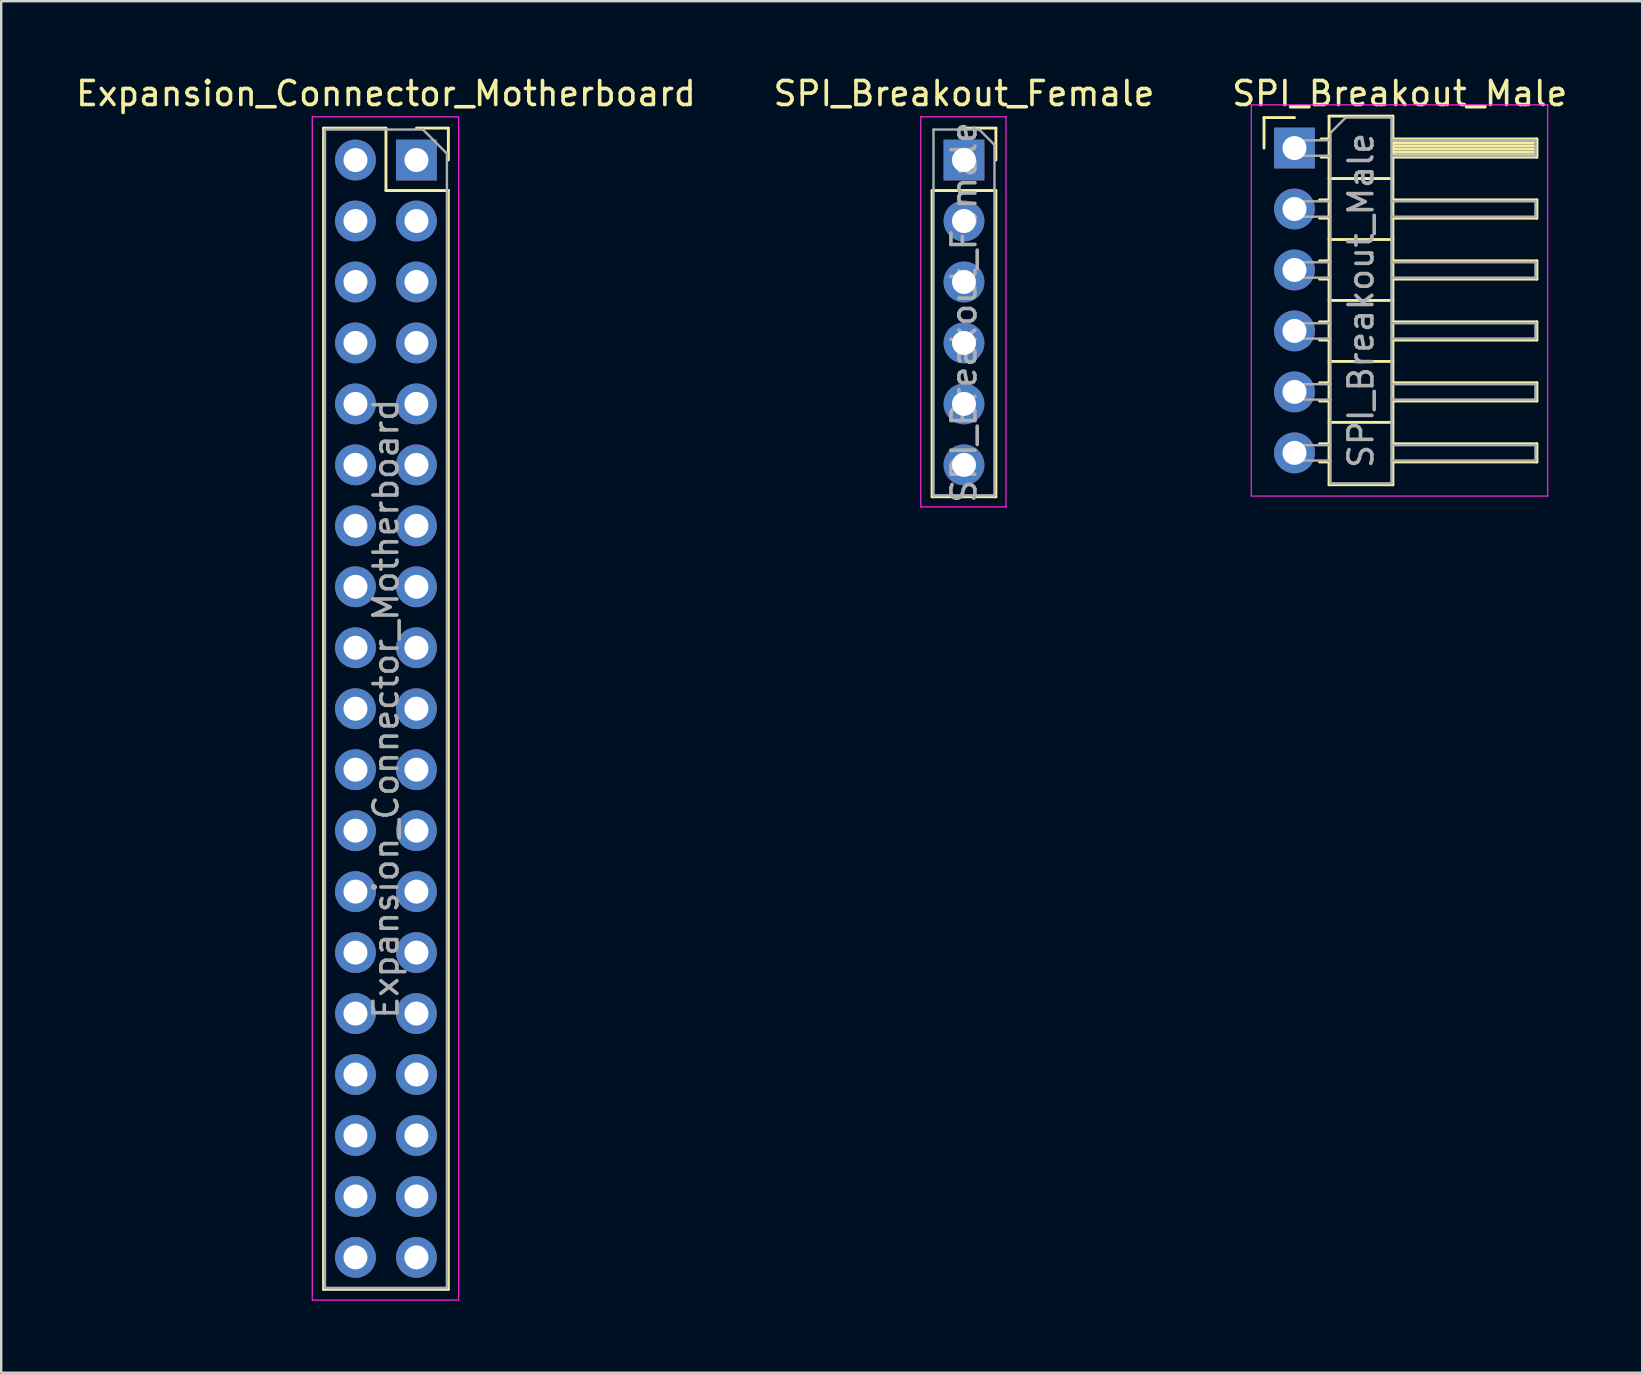
<source format=kicad_pcb>
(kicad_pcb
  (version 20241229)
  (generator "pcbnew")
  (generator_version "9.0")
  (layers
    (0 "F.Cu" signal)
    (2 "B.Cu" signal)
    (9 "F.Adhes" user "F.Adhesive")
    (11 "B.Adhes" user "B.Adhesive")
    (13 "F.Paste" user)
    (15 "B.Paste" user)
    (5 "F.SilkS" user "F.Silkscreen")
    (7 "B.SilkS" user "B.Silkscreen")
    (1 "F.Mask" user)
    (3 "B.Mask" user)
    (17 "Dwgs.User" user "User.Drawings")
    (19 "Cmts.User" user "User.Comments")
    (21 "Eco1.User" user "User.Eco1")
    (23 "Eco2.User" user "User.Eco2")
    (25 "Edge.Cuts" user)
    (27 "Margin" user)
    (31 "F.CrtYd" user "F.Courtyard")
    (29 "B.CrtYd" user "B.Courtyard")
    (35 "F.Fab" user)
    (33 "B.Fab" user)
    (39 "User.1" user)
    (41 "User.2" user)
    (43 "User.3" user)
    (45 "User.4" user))
  (footprint "SPI_Breakout_Male"
    (layer "F.Cu")
    (at 50.883 3.118)
    (property "Reference" "SPI_Breakout_Male" (at 4.385 -2.27 0) (layer "F.SilkS") (effects (font (size 1 1) (thickness 0.15))))
    (attr through_hole)
    (fp_line (start -1.27 -1.27) (end 0 -1.27) (stroke (width 0.12) (type solid)) (layer "F.SilkS"))
    (fp_line (start -1.27 0) (end -1.27 -1.27) (stroke (width 0.12) (type solid)) (layer "F.SilkS"))
    (fp_line (start 1.043 2.16) (end 1.44 2.16) (stroke (width 0.12) (type solid)) (layer "F.SilkS"))
    (fp_line (start 1.043 2.92) (end 1.44 2.92) (stroke (width 0.12) (type solid)) (layer "F.SilkS"))
    (fp_line (start 1.043 4.7) (end 1.44 4.7) (stroke (width 0.12) (type solid)) (layer "F.SilkS"))
    (fp_line (start 1.043 5.46) (end 1.44 5.46) (stroke (width 0.12) (type solid)) (layer "F.SilkS"))
    (fp_line (start 1.043 7.24) (end 1.44 7.24) (stroke (width 0.12) (type solid)) (layer "F.SilkS"))
    (fp_line (start 1.043 8) (end 1.44 8) (stroke (width 0.12) (type solid)) (layer "F.SilkS"))
    (fp_line (start 1.043 9.78) (end 1.44 9.78) (stroke (width 0.12) (type solid)) (layer "F.SilkS"))
    (fp_line (start 1.043 10.54) (end 1.44 10.54) (stroke (width 0.12) (type solid)) (layer "F.SilkS"))
    (fp_line (start 1.043 12.32) (end 1.44 12.32) (stroke (width 0.12) (type solid)) (layer "F.SilkS"))
    (fp_line (start 1.043 13.08) (end 1.44 13.08) (stroke (width 0.12) (type solid)) (layer "F.SilkS"))
    (fp_line (start 1.11 -0.38) (end 1.44 -0.38) (stroke (width 0.12) (type solid)) (layer "F.SilkS"))
    (fp_line (start 1.11 0.38) (end 1.44 0.38) (stroke (width 0.12) (type solid)) (layer "F.SilkS"))
    (fp_line (start 1.44 -1.33) (end 1.44 14.03) (stroke (width 0.12) (type solid)) (layer "F.SilkS"))
    (fp_line (start 1.44 1.27) (end 4.1 1.27) (stroke (width 0.12) (type solid)) (layer "F.SilkS"))
    (fp_line (start 1.44 3.81) (end 4.1 3.81) (stroke (width 0.12) (type solid)) (layer "F.SilkS"))
    (fp_line (start 1.44 6.35) (end 4.1 6.35) (stroke (width 0.12) (type solid)) (layer "F.SilkS"))
    (fp_line (start 1.44 8.89) (end 4.1 8.89) (stroke (width 0.12) (type solid)) (layer "F.SilkS"))
    (fp_line (start 1.44 11.43) (end 4.1 11.43) (stroke (width 0.12) (type solid)) (layer "F.SilkS"))
    (fp_line (start 1.44 14.03) (end 4.1 14.03) (stroke (width 0.12) (type solid)) (layer "F.SilkS"))
    (fp_line (start 4.1 -1.33) (end 1.44 -1.33) (stroke (width 0.12) (type solid)) (layer "F.SilkS"))
    (fp_line (start 4.1 -0.38) (end 10.1 -0.38) (stroke (width 0.12) (type solid)) (layer "F.SilkS"))
    (fp_line (start 4.1 -0.32) (end 10.1 -0.32) (stroke (width 0.12) (type solid)) (layer "F.SilkS"))
    (fp_line (start 4.1 -0.2) (end 10.1 -0.2) (stroke (width 0.12) (type solid)) (layer "F.SilkS"))
    (fp_line (start 4.1 -0.08) (end 10.1 -0.08) (stroke (width 0.12) (type solid)) (layer "F.SilkS"))
    (fp_line (start 4.1 0.04) (end 10.1 0.04) (stroke (width 0.12) (type solid)) (layer "F.SilkS"))
    (fp_line (start 4.1 0.16) (end 10.1 0.16) (stroke (width 0.12) (type solid)) (layer "F.SilkS"))
    (fp_line (start 4.1 0.28) (end 10.1 0.28) (stroke (width 0.12) (type solid)) (layer "F.SilkS"))
    (fp_line (start 4.1 2.16) (end 10.1 2.16) (stroke (width 0.12) (type solid)) (layer "F.SilkS"))
    (fp_line (start 4.1 4.7) (end 10.1 4.7) (stroke (width 0.12) (type solid)) (layer "F.SilkS"))
    (fp_line (start 4.1 7.24) (end 10.1 7.24) (stroke (width 0.12) (type solid)) (layer "F.SilkS"))
    (fp_line (start 4.1 9.78) (end 10.1 9.78) (stroke (width 0.12) (type solid)) (layer "F.SilkS"))
    (fp_line (start 4.1 12.32) (end 10.1 12.32) (stroke (width 0.12) (type solid)) (layer "F.SilkS"))
    (fp_line (start 4.1 14.03) (end 4.1 -1.33) (stroke (width 0.12) (type solid)) (layer "F.SilkS"))
    (fp_line (start 10.1 -0.38) (end 10.1 0.38) (stroke (width 0.12) (type solid)) (layer "F.SilkS"))
    (fp_line (start 10.1 0.38) (end 4.1 0.38) (stroke (width 0.12) (type solid)) (layer "F.SilkS"))
    (fp_line (start 10.1 2.16) (end 10.1 2.92) (stroke (width 0.12) (type solid)) (layer "F.SilkS"))
    (fp_line (start 10.1 2.92) (end 4.1 2.92) (stroke (width 0.12) (type solid)) (layer "F.SilkS"))
    (fp_line (start 10.1 4.7) (end 10.1 5.46) (stroke (width 0.12) (type solid)) (layer "F.SilkS"))
    (fp_line (start 10.1 5.46) (end 4.1 5.46) (stroke (width 0.12) (type solid)) (layer "F.SilkS"))
    (fp_line (start 10.1 7.24) (end 10.1 8) (stroke (width 0.12) (type solid)) (layer "F.SilkS"))
    (fp_line (start 10.1 8) (end 4.1 8) (stroke (width 0.12) (type solid)) (layer "F.SilkS"))
    (fp_line (start 10.1 9.78) (end 10.1 10.54) (stroke (width 0.12) (type solid)) (layer "F.SilkS"))
    (fp_line (start 10.1 10.54) (end 4.1 10.54) (stroke (width 0.12) (type solid)) (layer "F.SilkS"))
    (fp_line (start 10.1 12.32) (end 10.1 13.08) (stroke (width 0.12) (type solid)) (layer "F.SilkS"))
    (fp_line (start 10.1 13.08) (end 4.1 13.08) (stroke (width 0.12) (type solid)) (layer "F.SilkS"))
    (fp_line (start -1.8 -1.8) (end -1.8 14.5) (stroke (width 0.05) (type solid)) (layer "F.CrtYd"))
    (fp_line (start -1.8 14.5) (end 10.55 14.5) (stroke (width 0.05) (type solid)) (layer "F.CrtYd"))
    (fp_line (start 10.55 -1.8) (end -1.8 -1.8) (stroke (width 0.05) (type solid)) (layer "F.CrtYd"))
    (fp_line (start 10.55 14.5) (end 10.55 -1.8) (stroke (width 0.05) (type solid)) (layer "F.CrtYd"))
    (fp_line (start -0.32 -0.32) (end -0.32 0.32) (stroke (width 0.1) (type solid)) (layer "F.Fab"))
    (fp_line (start -0.32 -0.32) (end 1.5 -0.32) (stroke (width 0.1) (type solid)) (layer "F.Fab"))
    (fp_line (start -0.32 0.32) (end 1.5 0.32) (stroke (width 0.1) (type solid)) (layer "F.Fab"))
    (fp_line (start -0.32 2.22) (end -0.32 2.86) (stroke (width 0.1) (type solid)) (layer "F.Fab"))
    (fp_line (start -0.32 2.22) (end 1.5 2.22) (stroke (width 0.1) (type solid)) (layer "F.Fab"))
    (fp_line (start -0.32 2.86) (end 1.5 2.86) (stroke (width 0.1) (type solid)) (layer "F.Fab"))
    (fp_line (start -0.32 4.76) (end -0.32 5.4) (stroke (width 0.1) (type solid)) (layer "F.Fab"))
    (fp_line (start -0.32 4.76) (end 1.5 4.76) (stroke (width 0.1) (type solid)) (layer "F.Fab"))
    (fp_line (start -0.32 5.4) (end 1.5 5.4) (stroke (width 0.1) (type solid)) (layer "F.Fab"))
    (fp_line (start -0.32 7.3) (end -0.32 7.94) (stroke (width 0.1) (type solid)) (layer "F.Fab"))
    (fp_line (start -0.32 7.3) (end 1.5 7.3) (stroke (width 0.1) (type solid)) (layer "F.Fab"))
    (fp_line (start -0.32 7.94) (end 1.5 7.94) (stroke (width 0.1) (type solid)) (layer "F.Fab"))
    (fp_line (start -0.32 9.84) (end -0.32 10.48) (stroke (width 0.1) (type solid)) (layer "F.Fab"))
    (fp_line (start -0.32 9.84) (end 1.5 9.84) (stroke (width 0.1) (type solid)) (layer "F.Fab"))
    (fp_line (start -0.32 10.48) (end 1.5 10.48) (stroke (width 0.1) (type solid)) (layer "F.Fab"))
    (fp_line (start -0.32 12.38) (end -0.32 13.02) (stroke (width 0.1) (type solid)) (layer "F.Fab"))
    (fp_line (start -0.32 12.38) (end 1.5 12.38) (stroke (width 0.1) (type solid)) (layer "F.Fab"))
    (fp_line (start -0.32 13.02) (end 1.5 13.02) (stroke (width 0.1) (type solid)) (layer "F.Fab"))
    (fp_line (start 1.5 -0.635) (end 2.135 -1.27) (stroke (width 0.1) (type solid)) (layer "F.Fab"))
    (fp_line (start 1.5 13.97) (end 1.5 -0.635) (stroke (width 0.1) (type solid)) (layer "F.Fab"))
    (fp_line (start 2.135 -1.27) (end 4.04 -1.27) (stroke (width 0.1) (type solid)) (layer "F.Fab"))
    (fp_line (start 4.04 -1.27) (end 4.04 13.97) (stroke (width 0.1) (type solid)) (layer "F.Fab"))
    (fp_line (start 4.04 -0.32) (end 10.04 -0.32) (stroke (width 0.1) (type solid)) (layer "F.Fab"))
    (fp_line (start 4.04 0.32) (end 10.04 0.32) (stroke (width 0.1) (type solid)) (layer "F.Fab"))
    (fp_line (start 4.04 2.22) (end 10.04 2.22) (stroke (width 0.1) (type solid)) (layer "F.Fab"))
    (fp_line (start 4.04 2.86) (end 10.04 2.86) (stroke (width 0.1) (type solid)) (layer "F.Fab"))
    (fp_line (start 4.04 4.76) (end 10.04 4.76) (stroke (width 0.1) (type solid)) (layer "F.Fab"))
    (fp_line (start 4.04 5.4) (end 10.04 5.4) (stroke (width 0.1) (type solid)) (layer "F.Fab"))
    (fp_line (start 4.04 7.3) (end 10.04 7.3) (stroke (width 0.1) (type solid)) (layer "F.Fab"))
    (fp_line (start 4.04 7.94) (end 10.04 7.94) (stroke (width 0.1) (type solid)) (layer "F.Fab"))
    (fp_line (start 4.04 9.84) (end 10.04 9.84) (stroke (width 0.1) (type solid)) (layer "F.Fab"))
    (fp_line (start 4.04 10.48) (end 10.04 10.48) (stroke (width 0.1) (type solid)) (layer "F.Fab"))
    (fp_line (start 4.04 12.38) (end 10.04 12.38) (stroke (width 0.1) (type solid)) (layer "F.Fab"))
    (fp_line (start 4.04 13.02) (end 10.04 13.02) (stroke (width 0.1) (type solid)) (layer "F.Fab"))
    (fp_line (start 4.04 13.97) (end 1.5 13.97) (stroke (width 0.1) (type solid)) (layer "F.Fab"))
    (fp_line (start 10.04 -0.32) (end 10.04 0.32) (stroke (width 0.1) (type solid)) (layer "F.Fab"))
    (fp_line (start 10.04 2.22) (end 10.04 2.86) (stroke (width 0.1) (type solid)) (layer "F.Fab"))
    (fp_line (start 10.04 4.76) (end 10.04 5.4) (stroke (width 0.1) (type solid)) (layer "F.Fab"))
    (fp_line (start 10.04 7.3) (end 10.04 7.94) (stroke (width 0.1) (type solid)) (layer "F.Fab"))
    (fp_line (start 10.04 9.84) (end 10.04 10.48) (stroke (width 0.1) (type solid)) (layer "F.Fab"))
    (fp_line (start 10.04 12.38) (end 10.04 13.02) (stroke (width 0.1) (type solid)) (layer "F.Fab"))
    (fp_text user "${REFERENCE}" (at 2.77 6.35 90) (layer "F.Fab") (effects (font (size 1 1) (thickness 0.15))))
    (pad "CS1" thru_hole oval (at 0 12.7) (size 1.7 1.7) (drill 1) (layers "*.Cu" "*.Mask"))
    (pad "GND" thru_hole oval (at 0 2.54) (size 1.7 1.7) (drill 1) (layers "*.Cu" "*.Mask"))
    (pad "MISO" thru_hole oval (at 0 5.08) (size 1.7 1.7) (drill 1) (layers "*.Cu" "*.Mask"))
    (pad "MOSI" thru_hole oval (at 0 7.62) (size 1.7 1.7) (drill 1) (layers "*.Cu" "*.Mask"))
    (pad "SCK" thru_hole oval (at 0 10.16) (size 1.7 1.7) (drill 1) (layers "*.Cu" "*.Mask"))
    (pad "VCC" thru_hole rect (at 0 0) (size 1.7 1.7) (drill 1) (layers "*.Cu" "*.Mask")))
  (footprint "SPI_Breakout_Female"
    (layer "F.Cu")
    (at 37.113 3.618)
    (property "Reference" "SPI_Breakout_Female" (at 0 -2.77 0) (layer "F.SilkS") (effects (font (size 1 1) (thickness 0.15))))
    (attr through_hole)
    (fp_line (start -1.33 1.27) (end -1.33 14.03) (stroke (width 0.12) (type solid)) (layer "F.SilkS"))
    (fp_line (start -1.33 1.27) (end 1.33 1.27) (stroke (width 0.12) (type solid)) (layer "F.SilkS"))
    (fp_line (start -1.33 14.03) (end 1.33 14.03) (stroke (width 0.12) (type solid)) (layer "F.SilkS"))
    (fp_line (start 0 -1.33) (end 1.33 -1.33) (stroke (width 0.12) (type solid)) (layer "F.SilkS"))
    (fp_line (start 1.33 -1.33) (end 1.33 0) (stroke (width 0.12) (type solid)) (layer "F.SilkS"))
    (fp_line (start 1.33 1.27) (end 1.33 14.03) (stroke (width 0.12) (type solid)) (layer "F.SilkS"))
    (fp_line (start -1.8 -1.8) (end 1.75 -1.8) (stroke (width 0.05) (type solid)) (layer "F.CrtYd"))
    (fp_line (start -1.8 14.45) (end -1.8 -1.8) (stroke (width 0.05) (type solid)) (layer "F.CrtYd"))
    (fp_line (start 1.75 -1.8) (end 1.75 14.45) (stroke (width 0.05) (type solid)) (layer "F.CrtYd"))
    (fp_line (start 1.75 14.45) (end -1.8 14.45) (stroke (width 0.05) (type solid)) (layer "F.CrtYd"))
    (fp_line (start -1.27 -1.27) (end 0.635 -1.27) (stroke (width 0.1) (type solid)) (layer "F.Fab"))
    (fp_line (start -1.27 13.97) (end -1.27 -1.27) (stroke (width 0.1) (type solid)) (layer "F.Fab"))
    (fp_line (start 0.635 -1.27) (end 1.27 -0.635) (stroke (width 0.1) (type solid)) (layer "F.Fab"))
    (fp_line (start 1.27 -0.635) (end 1.27 13.97) (stroke (width 0.1) (type solid)) (layer "F.Fab"))
    (fp_line (start 1.27 13.97) (end -1.27 13.97) (stroke (width 0.1) (type solid)) (layer "F.Fab"))
    (fp_text user "${REFERENCE}" (at 0 6.35 90) (layer "F.Fab") (effects (font (size 1 1) (thickness 0.15))))
    (pad "CS1" thru_hole oval (at 0 12.7) (size 1.7 1.7) (drill 1) (layers "*.Cu" "*.Mask"))
    (pad "GND" thru_hole oval (at 0 2.54) (size 1.7 1.7) (drill 1) (layers "*.Cu" "*.Mask"))
    (pad "MISO" thru_hole oval (at 0 5.08) (size 1.7 1.7) (drill 1) (layers "*.Cu" "*.Mask"))
    (pad "MOSI" thru_hole oval (at 0 7.62) (size 1.7 1.7) (drill 1) (layers "*.Cu" "*.Mask"))
    (pad "SCK" thru_hole oval (at 0 10.16) (size 1.7 1.7) (drill 1) (layers "*.Cu" "*.Mask"))
    (pad "VCC" thru_hole rect (at 0 0) (size 1.7 1.7) (drill 1) (layers "*.Cu" "*.Mask")))
  (footprint "Expansion_Connector_Motherboard"
    (layer "F.Cu")
    (at 14.3 3.618)
    (property "Reference" "Expansion_Connector_Motherboard" (at -1.27 -2.77 0) (layer "F.SilkS") (effects (font (size 1 1) (thickness 0.15))))
    (attr through_hole)
    (fp_line (start -3.87 -1.33) (end -3.87 47.05) (stroke (width 0.12) (type solid)) (layer "F.SilkS"))
    (fp_line (start -3.87 -1.33) (end -1.27 -1.33) (stroke (width 0.12) (type solid)) (layer "F.SilkS"))
    (fp_line (start -3.87 47.05) (end 1.33 47.05) (stroke (width 0.12) (type solid)) (layer "F.SilkS"))
    (fp_line (start -1.27 -1.33) (end -1.27 1.27) (stroke (width 0.12) (type solid)) (layer "F.SilkS"))
    (fp_line (start -1.27 1.27) (end 1.33 1.27) (stroke (width 0.12) (type solid)) (layer "F.SilkS"))
    (fp_line (start 0 -1.33) (end 1.33 -1.33) (stroke (width 0.12) (type solid)) (layer "F.SilkS"))
    (fp_line (start 1.33 -1.33) (end 1.33 0) (stroke (width 0.12) (type solid)) (layer "F.SilkS"))
    (fp_line (start 1.33 1.27) (end 1.33 47.05) (stroke (width 0.12) (type solid)) (layer "F.SilkS"))
    (fp_line (start -4.34 -1.8) (end 1.76 -1.8) (stroke (width 0.05) (type solid)) (layer "F.CrtYd"))
    (fp_line (start -4.34 47.5) (end -4.34 -1.8) (stroke (width 0.05) (type solid)) (layer "F.CrtYd"))
    (fp_line (start 1.76 -1.8) (end 1.76 47.5) (stroke (width 0.05) (type solid)) (layer "F.CrtYd"))
    (fp_line (start 1.76 47.5) (end -4.34 47.5) (stroke (width 0.05) (type solid)) (layer "F.CrtYd"))
    (fp_line (start -3.81 -1.27) (end 0.27 -1.27) (stroke (width 0.1) (type solid)) (layer "F.Fab"))
    (fp_line (start -3.81 46.99) (end -3.81 -1.27) (stroke (width 0.1) (type solid)) (layer "F.Fab"))
    (fp_line (start 0.27 -1.27) (end 1.27 -0.27) (stroke (width 0.1) (type solid)) (layer "F.Fab"))
    (fp_line (start 1.27 -0.27) (end 1.27 46.99) (stroke (width 0.1) (type solid)) (layer "F.Fab"))
    (fp_line (start 1.27 46.99) (end -3.81 46.99) (stroke (width 0.1) (type solid)) (layer "F.Fab"))
    (fp_text user "${REFERENCE}" (at -1.27 22.86 90) (layer "F.Fab") (effects (font (size 1 1) (thickness 0.15))))
    (pad "1" thru_hole rect (at 0 0) (size 1.7 1.7) (drill 1) (layers "*.Cu" "*.Mask"))
    (pad "2" thru_hole oval (at -2.54 0) (size 1.7 1.7) (drill 1) (layers "*.Cu" "*.Mask"))
    (pad "3" thru_hole oval (at 0 2.54) (size 1.7 1.7) (drill 1) (layers "*.Cu" "*.Mask"))
    (pad "4" thru_hole oval (at -2.54 2.54) (size 1.7 1.7) (drill 1) (layers "*.Cu" "*.Mask"))
    (pad "5" thru_hole oval (at 0 5.08) (size 1.7 1.7) (drill 1) (layers "*.Cu" "*.Mask"))
    (pad "6" thru_hole oval (at -2.54 5.08) (size 1.7 1.7) (drill 1) (layers "*.Cu" "*.Mask"))
    (pad "7" thru_hole oval (at 0 7.62) (size 1.7 1.7) (drill 1) (layers "*.Cu" "*.Mask"))
    (pad "8" thru_hole oval (at -2.54 7.62) (size 1.7 1.7) (drill 1) (layers "*.Cu" "*.Mask"))
    (pad "9" thru_hole oval (at 0 10.16) (size 1.7 1.7) (drill 1) (layers "*.Cu" "*.Mask"))
    (pad "10" thru_hole oval (at -2.54 10.16) (size 1.7 1.7) (drill 1) (layers "*.Cu" "*.Mask"))
    (pad "11" thru_hole oval (at 0 12.7) (size 1.7 1.7) (drill 1) (layers "*.Cu" "*.Mask"))
    (pad "12" thru_hole oval (at -2.54 12.7) (size 1.7 1.7) (drill 1) (layers "*.Cu" "*.Mask"))
    (pad "13" thru_hole oval (at 0 15.24) (size 1.7 1.7) (drill 1) (layers "*.Cu" "*.Mask"))
    (pad "14" thru_hole oval (at -2.54 15.24) (size 1.7 1.7) (drill 1) (layers "*.Cu" "*.Mask"))
    (pad "15" thru_hole oval (at 0 17.78) (size 1.7 1.7) (drill 1) (layers "*.Cu" "*.Mask"))
    (pad "16" thru_hole oval (at -2.54 17.78) (size 1.7 1.7) (drill 1) (layers "*.Cu" "*.Mask"))
    (pad "17" thru_hole oval (at 0 20.32) (size 1.7 1.7) (drill 1) (layers "*.Cu" "*.Mask"))
    (pad "18" thru_hole oval (at -2.54 20.32) (size 1.7 1.7) (drill 1) (layers "*.Cu" "*.Mask"))
    (pad "19" thru_hole oval (at 0 22.86) (size 1.7 1.7) (drill 1) (layers "*.Cu" "*.Mask"))
    (pad "20" thru_hole oval (at -2.54 22.86) (size 1.7 1.7) (drill 1) (layers "*.Cu" "*.Mask"))
    (pad "21" thru_hole oval (at 0 25.4) (size 1.7 1.7) (drill 1) (layers "*.Cu" "*.Mask"))
    (pad "22" thru_hole oval (at -2.54 25.4) (size 1.7 1.7) (drill 1) (layers "*.Cu" "*.Mask"))
    (pad "23" thru_hole oval (at 0 27.94) (size 1.7 1.7) (drill 1) (layers "*.Cu" "*.Mask"))
    (pad "24" thru_hole oval (at -2.54 27.94) (size 1.7 1.7) (drill 1) (layers "*.Cu" "*.Mask"))
    (pad "25" thru_hole oval (at 0 30.48) (size 1.7 1.7) (drill 1) (layers "*.Cu" "*.Mask"))
    (pad "26" thru_hole oval (at -2.54 30.48) (size 1.7 1.7) (drill 1) (layers "*.Cu" "*.Mask"))
    (pad "27" thru_hole oval (at 0 33.02) (size 1.7 1.7) (drill 1) (layers "*.Cu" "*.Mask"))
    (pad "28" thru_hole oval (at -2.54 33.02) (size 1.7 1.7) (drill 1) (layers "*.Cu" "*.Mask"))
    (pad "29" thru_hole oval (at 0 35.56) (size 1.7 1.7) (drill 1) (layers "*.Cu" "*.Mask"))
    (pad "30" thru_hole oval (at -2.54 35.56) (size 1.7 1.7) (drill 1) (layers "*.Cu" "*.Mask"))
    (pad "31" thru_hole oval (at 0 38.1) (size 1.7 1.7) (drill 1) (layers "*.Cu" "*.Mask"))
    (pad "32" thru_hole oval (at -2.54 38.1) (size 1.7 1.7) (drill 1) (layers "*.Cu" "*.Mask"))
    (pad "33" thru_hole oval (at 0 40.64) (size 1.7 1.7) (drill 1) (layers "*.Cu" "*.Mask"))
    (pad "34" thru_hole oval (at -2.54 40.64) (size 1.7 1.7) (drill 1) (layers "*.Cu" "*.Mask"))
    (pad "35" thru_hole oval (at 0 43.18) (size 1.7 1.7) (drill 1) (layers "*.Cu" "*.Mask"))
    (pad "36" thru_hole oval (at -2.54 43.18) (size 1.7 1.7) (drill 1) (layers "*.Cu" "*.Mask"))
    (pad "37" thru_hole oval (at 0 45.72) (size 1.7 1.7) (drill 1) (layers "*.Cu" "*.Mask"))
    (pad "38" thru_hole oval (at -2.54 45.72) (size 1.7 1.7) (drill 1) (layers "*.Cu" "*.Mask")))
  (gr_rect
    (start -3 -3)
    (end 65.369 54.143)
    (stroke (width 0.1) (type default))
    (fill no)
    (layer "Edge.Cuts")))
</source>
